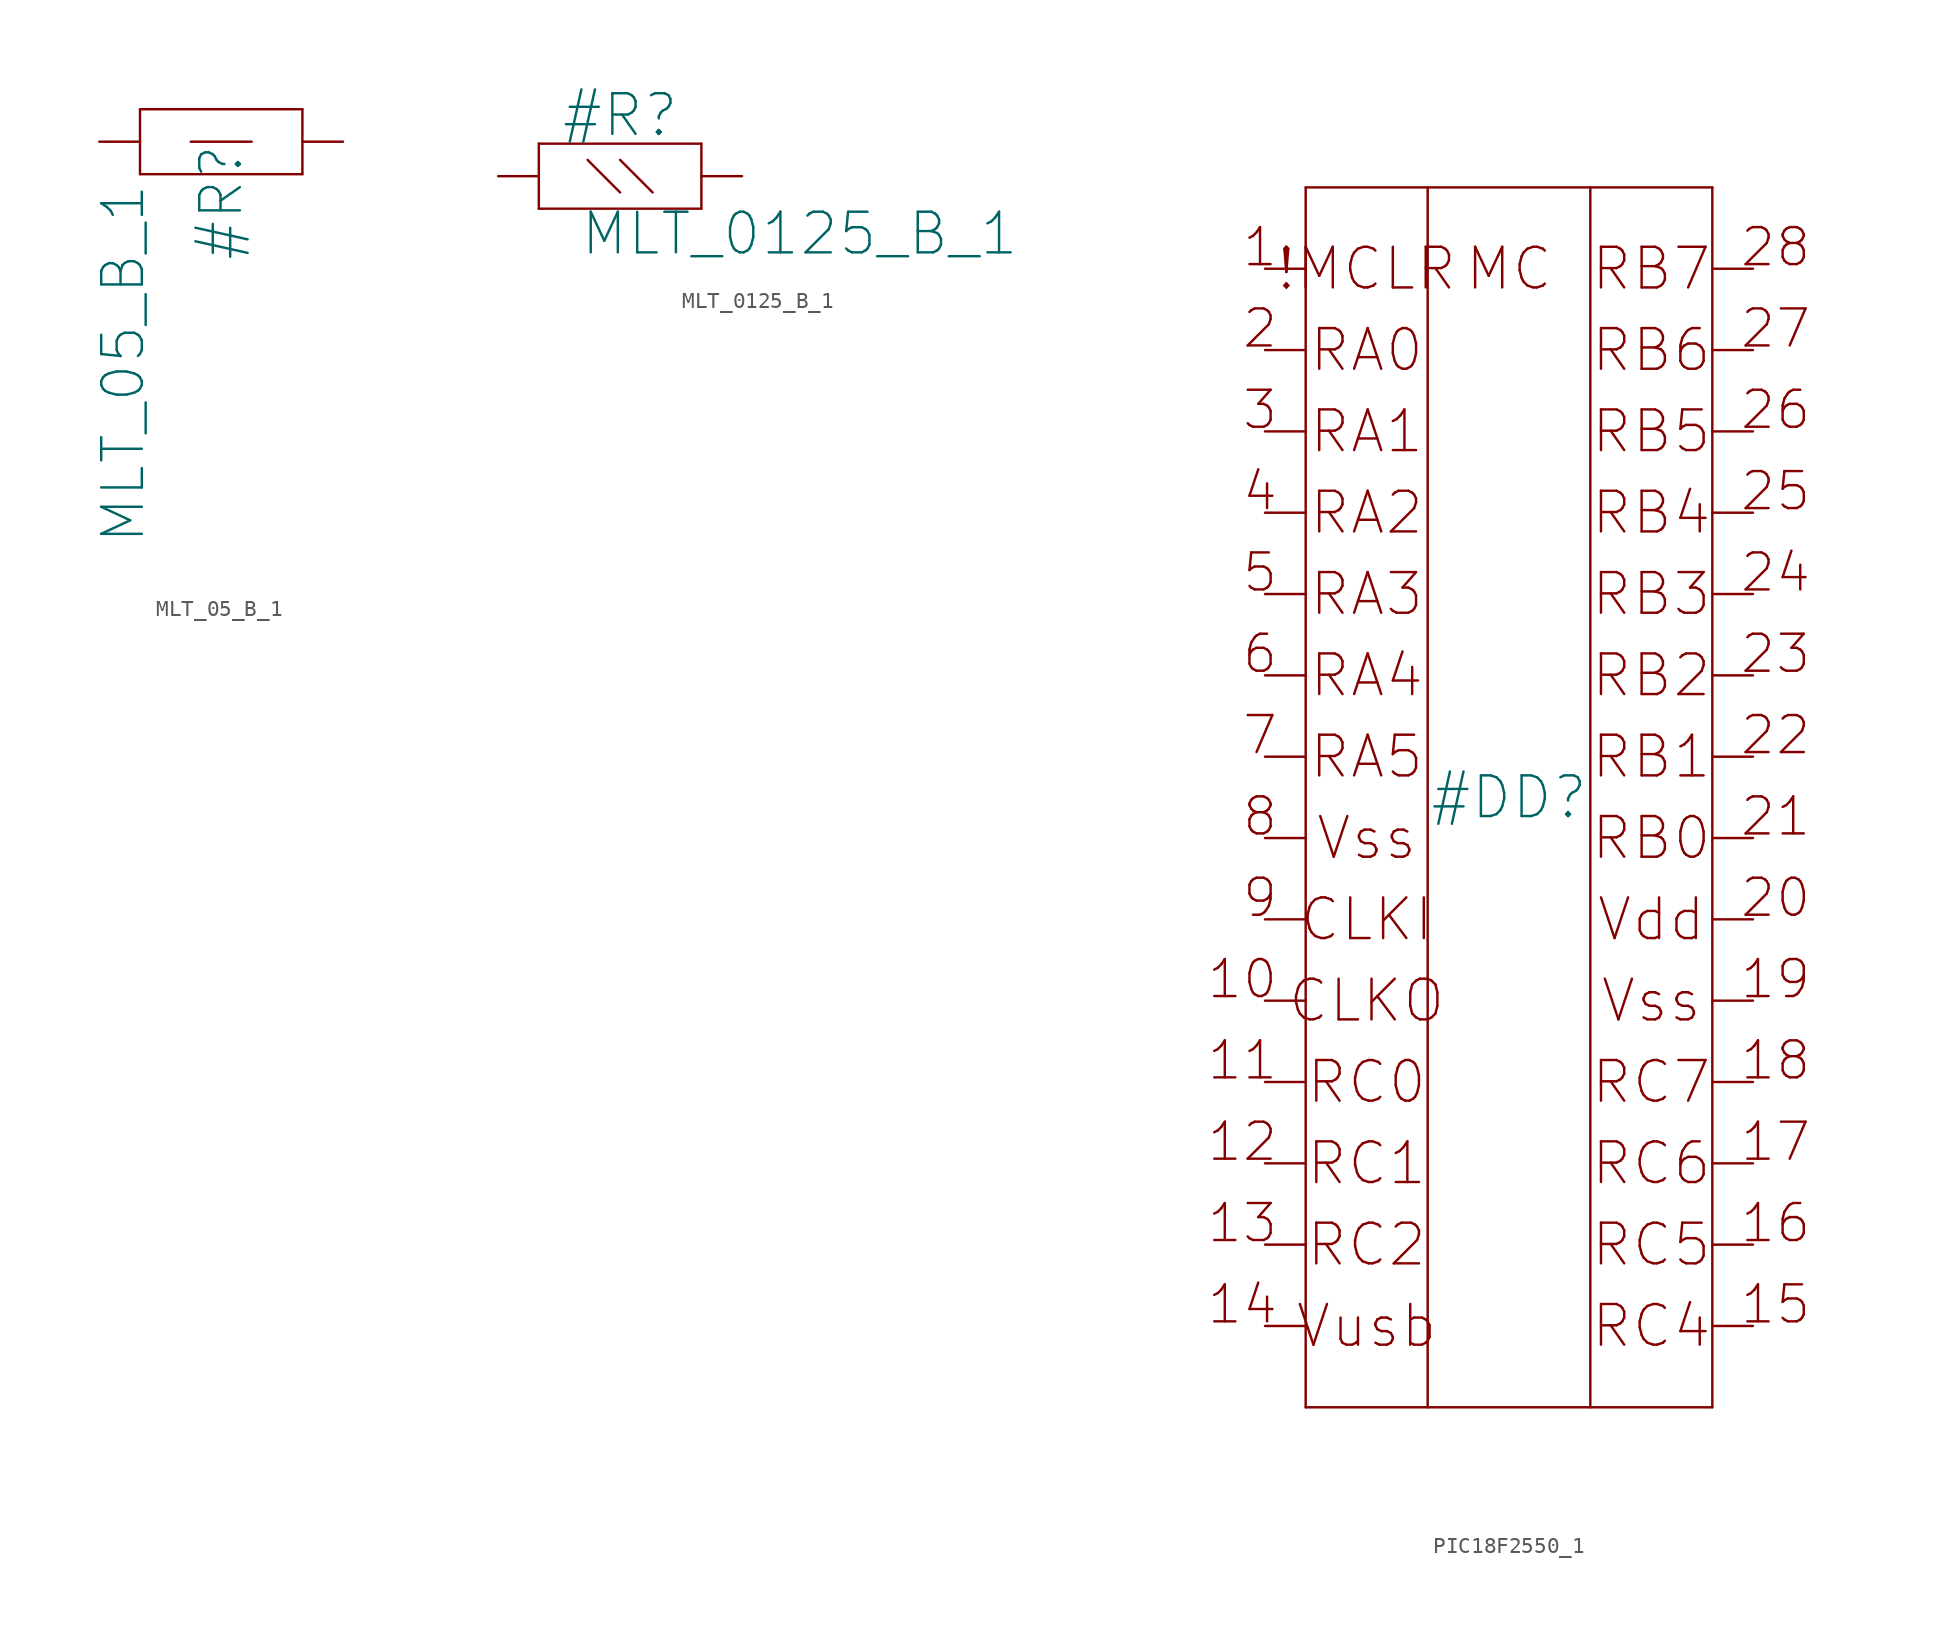
<source format=kicad_sym>
(kicad_symbol_lib
  (version 20211014)
  (generator kicad_symbol_editor)
  (symbol "MLT_05_B_1"
    (property "Reference" "#R"
      (at 7.62 -3.81 90)
      (effects (font (size 2.54 2.54))))
    (property "Value" "MLT_05_B_1"
      (at 0 -2.54 90)
      (effects (font (size 2.54 2.54)) (justify right top)))
    (property "ki_locked" ""
      (at 0 0 0)
      (effects (font (size 1.27 1.27))))
    (symbol "MLT_05_B_1_1_0"
      (polyline (pts (xy 2.54 -2.032) (xy 12.7 -2.032)) (stroke (width 0.152) (type default) (color 0 0 0 0)) (fill (type none)))
      (polyline (pts (xy 2.54 2.032) (xy 2.54 -2.032)) (stroke (width 0.152) (type default) (color 0 0 0 0)) (fill (type none)))
      (polyline (pts (xy 5.715 0) (xy 9.525 0)) (stroke (width 0.152) (type default) (color 0 0 0 0)) (fill (type none)))
      (polyline (pts (xy 12.7 -2.032) (xy 12.7 2.032)) (stroke (width 0.152) (type default) (color 0 0 0 0)) (fill (type none)))
      (polyline (pts (xy 12.7 2.032) (xy 2.54 2.032)) (stroke (width 0.152) (type default) (color 0 0 0 0)) (fill (type none)))
      (pin passive line (at 0 0 0) (length 2.54) (name "1" (effects (font (size 0 0)))) (number "1" (effects (font (size 0 0)))))
      (pin passive line (at 15.24 0 180) (length 2.54) (name "2" (effects (font (size 0 0)))) (number "2" (effects (font (size 0 0)))))))
  (symbol "MLT_0125_B_1"
    (property "Reference" "#R"
      (at 7.62 3.81 0)
      (effects (font (size 2.54 2.54))))
    (property "Value" "MLT_0125_B_1"
      (at 5.08 -5.08 0)
      (effects (font (size 2.54 2.54)) (justify left bottom)))
    (property "ki_locked" ""
      (at 0 0 0)
      (effects (font (size 1.27 1.27))))
    (symbol "MLT_0125_B_1_1_0"
      (polyline (pts (xy 2.54 -2.032) (xy 12.7 -2.032)) (stroke (width 0.152) (type default) (color 0 0 0 0)) (fill (type none)))
      (polyline (pts (xy 2.54 2.032) (xy 2.54 -2.032)) (stroke (width 0.152) (type default) (color 0 0 0 0)) (fill (type none)))
      (polyline (pts (xy 5.588 1.016) (xy 7.62 -1.016)) (stroke (width 0.152) (type default) (color 0 0 0 0)) (fill (type none)))
      (polyline (pts (xy 7.62 1.016) (xy 9.652 -1.016)) (stroke (width 0.152) (type default) (color 0 0 0 0)) (fill (type none)))
      (polyline (pts (xy 12.7 -2.032) (xy 12.7 2.032)) (stroke (width 0.152) (type default) (color 0 0 0 0)) (fill (type none)))
      (polyline (pts (xy 12.7 2.032) (xy 2.54 2.032)) (stroke (width 0.152) (type default) (color 0 0 0 0)) (fill (type none)))
      (pin passive line (at 0 0 0) (length 2.54) (name "1" (effects (font (size 0 0)))) (number "1" (effects (font (size 0 0)))))
      (pin passive line (at 15.24 0 180) (length 2.54) (name "2" (effects (font (size 0 0)))) (number "2" (effects (font (size 0 0)))))))
  (symbol "PIC18F2550_1"
    (property "Reference" "#DD"
      (at 15.24 -33.02 0)
      (effects (font (size 2.54 2.54))))
    (property "ki_locked" ""
      (at 0 0 0)
      (effects (font (size 1.27 1.27))))
    (symbol "PIC18F2550_1_1_0"
      (polyline (pts (xy 2.54 -71.12) (xy 2.54 5.08)) (stroke (width 0.152) (type default) (color 0 0 0 0)) (fill (type none)))
      (polyline (pts (xy 2.54 5.08) (xy 27.94 5.08)) (stroke (width 0.152) (type default) (color 0 0 0 0)) (fill (type none)))
      (polyline (pts (xy 10.16 5.08) (xy 10.16 -71.12)) (stroke (width 0.152) (type default) (color 0 0 0 0)) (fill (type none)))
      (polyline (pts (xy 20.32 5.08) (xy 20.32 -71.12)) (stroke (width 0.152) (type default) (color 0 0 0 0)) (fill (type none)))
      (polyline (pts (xy 27.94 -71.12) (xy 2.54 -71.12)) (stroke (width 0.152) (type default) (color 0 0 0 0)) (fill (type none)))
      (polyline (pts (xy 27.94 5.08) (xy 27.94 -71.12)) (stroke (width 0.152) (type default) (color 0 0 0 0)) (fill (type none)))
      (text "!MCLR" (at 6.35 0 0) (effects (font (size 2.54 2.54))))
      (text "1" (at 0.889 0 0) (effects (font (size 2.311 2.311)) (justify right bottom)))
      (text "10" (at 0.889 -45.72 0) (effects (font (size 2.311 2.311)) (justify right bottom)))
      (text "11" (at 0.889 -50.8 0) (effects (font (size 2.311 2.311)) (justify right bottom)))
      (text "12" (at 0.889 -55.88 0) (effects (font (size 2.311 2.311)) (justify right bottom)))
      (text "13" (at 0.889 -60.96 0) (effects (font (size 2.311 2.311)) (justify right bottom)))
      (text "14" (at 0.889 -66.04 0) (effects (font (size 2.311 2.311)) (justify right bottom)))
      (text "15" (at 29.591 -66.04 0) (effects (font (size 2.311 2.311)) (justify left bottom)))
      (text "16" (at 29.591 -60.96 0) (effects (font (size 2.311 2.311)) (justify left bottom)))
      (text "17" (at 29.591 -55.88 0) (effects (font (size 2.311 2.311)) (justify left bottom)))
      (text "18" (at 29.591 -50.8 0) (effects (font (size 2.311 2.311)) (justify left bottom)))
      (text "19" (at 29.591 -45.72 0) (effects (font (size 2.311 2.311)) (justify left bottom)))
      (text "2" (at 0.889 -5.08 0) (effects (font (size 2.311 2.311)) (justify right bottom)))
      (text "20" (at 29.591 -40.64 0) (effects (font (size 2.311 2.311)) (justify left bottom)))
      (text "21" (at 29.591 -35.56 0) (effects (font (size 2.311 2.311)) (justify left bottom)))
      (text "22" (at 29.591 -30.48 0) (effects (font (size 2.311 2.311)) (justify left bottom)))
      (text "23" (at 29.591 -25.4 0) (effects (font (size 2.311 2.311)) (justify left bottom)))
      (text "24" (at 29.591 -20.32 0) (effects (font (size 2.311 2.311)) (justify left bottom)))
      (text "25" (at 29.591 -15.24 0) (effects (font (size 2.311 2.311)) (justify left bottom)))
      (text "26" (at 29.591 -10.16 0) (effects (font (size 2.311 2.311)) (justify left bottom)))
      (text "27" (at 29.591 -5.08 0) (effects (font (size 2.311 2.311)) (justify left bottom)))
      (text "28" (at 29.591 0 0) (effects (font (size 2.311 2.311)) (justify left bottom)))
      (text "3" (at 0.889 -10.16 0) (effects (font (size 2.311 2.311)) (justify right bottom)))
      (text "4" (at 0.889 -15.24 0) (effects (font (size 2.311 2.311)) (justify right bottom)))
      (text "5" (at 0.889 -20.32 0) (effects (font (size 2.311 2.311)) (justify right bottom)))
      (text "6" (at 0.889 -25.4 0) (effects (font (size 2.311 2.311)) (justify right bottom)))
      (text "7" (at 0.889 -30.48 0) (effects (font (size 2.311 2.311)) (justify right bottom)))
      (text "8" (at 0.889 -35.56 0) (effects (font (size 2.311 2.311)) (justify right bottom)))
      (text "9" (at 0.889 -40.64 0) (effects (font (size 2.311 2.311)) (justify right bottom)))
      (text "CLKI" (at 6.35 -40.64 0) (effects (font (size 2.54 2.54))))
      (text "CLKO" (at 6.35 -45.72 0) (effects (font (size 2.54 2.54))))
      (text "MC" (at 15.24 0 0) (effects (font (size 2.54 2.54))))
      (text "RA0" (at 6.35 -5.08 0) (effects (font (size 2.54 2.54))))
      (text "RA1" (at 6.35 -10.16 0) (effects (font (size 2.54 2.54))))
      (text "RA2" (at 6.35 -15.24 0) (effects (font (size 2.54 2.54))))
      (text "RA3" (at 6.35 -20.32 0) (effects (font (size 2.54 2.54))))
      (text "RA4" (at 6.35 -25.4 0) (effects (font (size 2.54 2.54))))
      (text "RA5" (at 6.35 -30.48 0) (effects (font (size 2.54 2.54))))
      (text "RB0" (at 24.13 -35.56 0) (effects (font (size 2.54 2.54))))
      (text "RB1" (at 24.13 -30.48 0) (effects (font (size 2.54 2.54))))
      (text "RB2" (at 24.13 -25.4 0) (effects (font (size 2.54 2.54))))
      (text "RB3" (at 24.13 -20.32 0) (effects (font (size 2.54 2.54))))
      (text "RB4" (at 24.13 -15.24 0) (effects (font (size 2.54 2.54))))
      (text "RB5" (at 24.13 -10.16 0) (effects (font (size 2.54 2.54))))
      (text "RB6" (at 24.13 -5.08 0) (effects (font (size 2.54 2.54))))
      (text "RB7" (at 24.13 0 0) (effects (font (size 2.54 2.54))))
      (text "RC0" (at 6.35 -50.8 0) (effects (font (size 2.54 2.54))))
      (text "RC1" (at 6.35 -55.88 0) (effects (font (size 2.54 2.54))))
      (text "RC2" (at 6.35 -60.96 0) (effects (font (size 2.54 2.54))))
      (text "RC4" (at 24.13 -66.04 0) (effects (font (size 2.54 2.54))))
      (text "RC5" (at 24.13 -60.96 0) (effects (font (size 2.54 2.54))))
      (text "RC6" (at 24.13 -55.88 0) (effects (font (size 2.54 2.54))))
      (text "RC7" (at 24.13 -50.8 0) (effects (font (size 2.54 2.54))))
      (text "Vdd" (at 24.13 -40.64 0) (effects (font (size 2.54 2.54))))
      (text "Vss" (at 6.35 -35.56 0) (effects (font (size 2.54 2.54))))
      (text "Vss" (at 24.13 -45.72 0) (effects (font (size 2.54 2.54))))
      (text "Vusb" (at 6.35 -66.04 0) (effects (font (size 2.54 2.54))))
      (pin bidirectional line (at 0 -60.96 0) (length 2.54) (name "RC2" (effects (font (size 0 0)))) (number "1" (effects (font (size 0 0)))))
      (pin bidirectional line (at 0 -25.4 0) (length 2.54) (name "RA4" (effects (font (size 0 0)))) (number "10" (effects (font (size 0 0)))))
      (pin power_in line (at 0 -35.56 0) (length 2.54) (name "VSS@1" (effects (font (size 0 0)))) (number "11" (effects (font (size 0 0)))))
      (pin input line (at 0 -40.64 0) (length 2.54) (name "CLKI" (effects (font (size 0 0)))) (number "12" (effects (font (size 0 0)))))
      (pin bidirectional line (at 0 -5.08 0) (length 2.54) (name "RA0" (effects (font (size 0 0)))) (number "13" (effects (font (size 0 0)))))
      (pin bidirectional line (at 0 -10.16 0) (length 2.54) (name "RA1" (effects (font (size 0 0)))) (number "14" (effects (font (size 0 0)))))
      (pin bidirectional line (at 30.48 -60.96 180) (length 2.54) (name "RC5" (effects (font (size 0 0)))) (number "15" (effects (font (size 0 0)))))
      (pin power_in line (at 30.48 -45.72 180) (length 2.54) (name "VSS@2" (effects (font (size 0 0)))) (number "16" (effects (font (size 0 0)))))
      (pin bidirectional line (at 30.48 -30.48 180) (length 2.54) (name "RB1" (effects (font (size 0 0)))) (number "17" (effects (font (size 0 0)))))
      (pin bidirectional line (at 30.48 -15.24 180) (length 2.54) (name "RB4" (effects (font (size 0 0)))) (number "18" (effects (font (size 0 0)))))
      (pin bidirectional line (at 30.48 0 180) (length 2.54) (name "RB7" (effects (font (size 0 0)))) (number "19" (effects (font (size 0 0)))))
      (pin output line (at 0 -45.72 0) (length 2.54) (name "CLKO" (effects (font (size 0 0)))) (number "2" (effects (font (size 0 0)))))
      (pin bidirectional line (at 30.48 -50.8 180) (length 2.54) (name "RC7" (effects (font (size 0 0)))) (number "20" (effects (font (size 0 0)))))
      (pin bidirectional line (at 30.48 -55.88 180) (length 2.54) (name "RC6" (effects (font (size 0 0)))) (number "21" (effects (font (size 0 0)))))
      (pin bidirectional line (at 30.48 -66.04 180) (length 2.54) (name "RC4" (effects (font (size 0 0)))) (number "22" (effects (font (size 0 0)))))
      (pin bidirectional line (at 30.48 -20.32 180) (length 2.54) (name "RB3" (effects (font (size 0 0)))) (number "23" (effects (font (size 0 0)))))
      (pin bidirectional line (at 30.48 -25.4 180) (length 2.54) (name "RB2" (effects (font (size 0 0)))) (number "24" (effects (font (size 0 0)))))
      (pin bidirectional line (at 30.48 -35.56 180) (length 2.54) (name "RB0" (effects (font (size 0 0)))) (number "25" (effects (font (size 0 0)))))
      (pin power_in line (at 30.48 -40.64 180) (length 2.54) (name "VDD" (effects (font (size 0 0)))) (number "26" (effects (font (size 0 0)))))
      (pin bidirectional line (at 30.48 -5.08 180) (length 2.54) (name "RB6" (effects (font (size 0 0)))) (number "27" (effects (font (size 0 0)))))
      (pin bidirectional line (at 30.48 -10.16 180) (length 2.54) (name "RB5" (effects (font (size 0 0)))) (number "28" (effects (font (size 0 0)))))
      (pin bidirectional line (at 0 -30.48 0) (length 2.54) (name "RA5" (effects (font (size 0 0)))) (number "3" (effects (font (size 0 0)))))
      (pin bidirectional line (at 0 -15.24 0) (length 2.54) (name "RA2" (effects (font (size 0 0)))) (number "4" (effects (font (size 0 0)))))
      (pin bidirectional line (at 0 0 0) (length 2.54) (name "!MCLR" (effects (font (size 0 0)))) (number "5" (effects (font (size 0 0)))))
      (pin bidirectional line (at 0 -50.8 0) (length 2.54) (name "RC0" (effects (font (size 0 0)))) (number "6" (effects (font (size 0 0)))))
      (pin bidirectional line (at 0 -55.88 0) (length 2.54) (name "RC1" (effects (font (size 0 0)))) (number "7" (effects (font (size 0 0)))))
      (pin power_in line (at 0 -66.04 0) (length 2.54) (name "VUSB" (effects (font (size 0 0)))) (number "8" (effects (font (size 0 0)))))
      (pin bidirectional line (at 0 -20.32 0) (length 2.54) (name "RA3" (effects (font (size 0 0)))) (number "9" (effects (font (size 0 0))))))))
</source>
